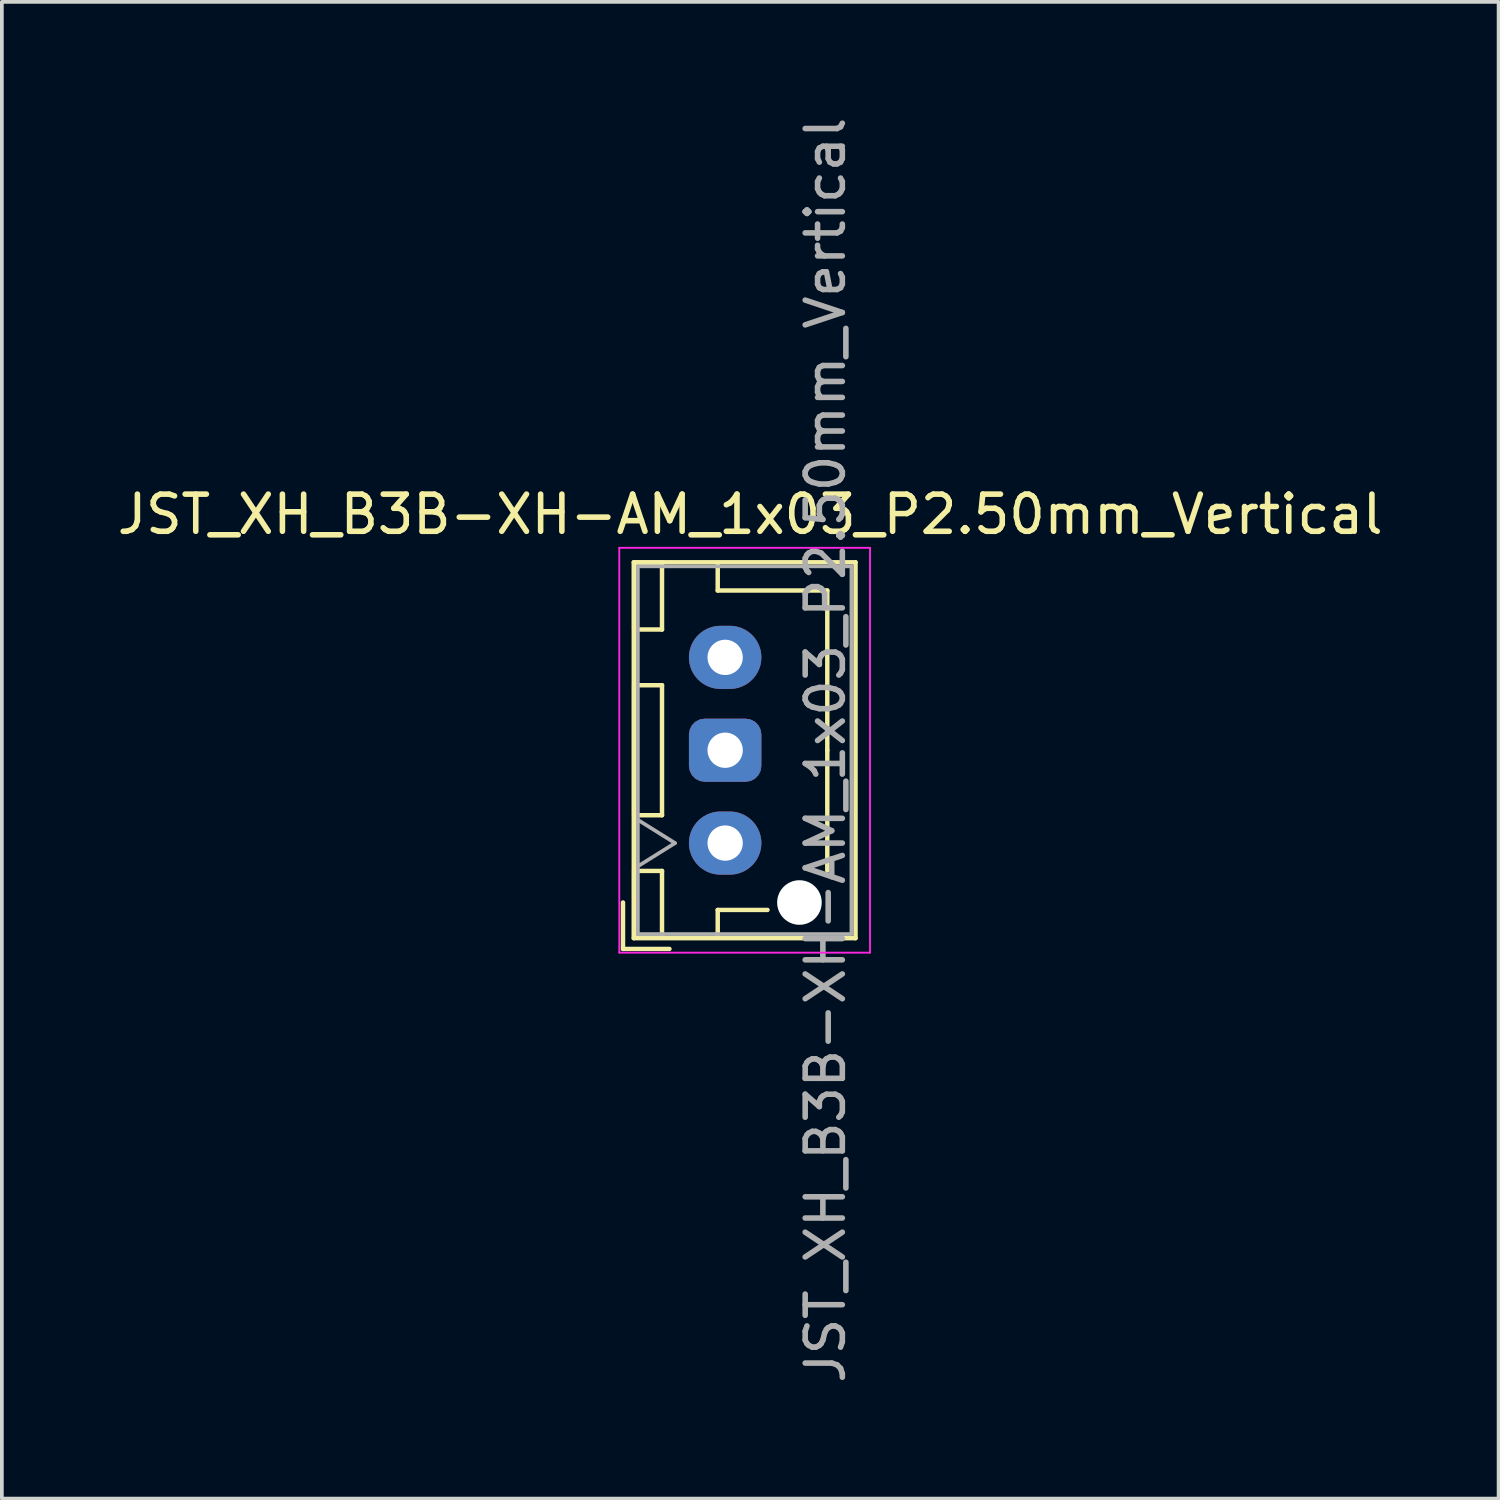
<source format=kicad_pcb>
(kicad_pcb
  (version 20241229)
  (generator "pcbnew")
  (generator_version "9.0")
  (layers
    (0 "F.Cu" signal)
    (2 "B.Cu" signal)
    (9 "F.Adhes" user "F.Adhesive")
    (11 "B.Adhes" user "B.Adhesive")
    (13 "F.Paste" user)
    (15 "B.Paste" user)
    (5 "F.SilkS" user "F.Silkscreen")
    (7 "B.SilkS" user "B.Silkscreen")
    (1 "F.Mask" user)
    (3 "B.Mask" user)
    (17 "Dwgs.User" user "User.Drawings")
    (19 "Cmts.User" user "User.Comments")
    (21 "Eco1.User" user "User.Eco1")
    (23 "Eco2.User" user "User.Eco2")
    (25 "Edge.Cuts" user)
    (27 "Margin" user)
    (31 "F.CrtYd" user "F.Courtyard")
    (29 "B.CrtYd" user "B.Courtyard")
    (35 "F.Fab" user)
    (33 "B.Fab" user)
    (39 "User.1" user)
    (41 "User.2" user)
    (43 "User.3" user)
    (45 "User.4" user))
  (footprint "JST_XH_B3B-XH-AM_1x03_P2.50mm_Vertical"
    (layer "F.Cu")
    (at 13.974 17.149)
    (property "Reference" "JST_XH_B3B-XH-AM_1x03_P2.50mm_Vertical" (at 3.175 -6.35 0) (layer "F.SilkS") (effects (font (size 1 1) (thickness 0.15))))
    (attr through_hole)
    (fp_line (start -0.25 4.1) (end -0.25 5.35) (stroke (width 0.12) (type solid)) (layer "F.SilkS"))
    (fp_line (start -0.25 5.35) (end 1 5.35) (stroke (width 0.12) (type solid)) (layer "F.SilkS"))
    (fp_line (start 0.04 -5.06) (end 0.04 5.06) (stroke (width 0.12) (type solid)) (layer "F.SilkS"))
    (fp_line (start 0.04 5.06) (end 6.01 5.06) (stroke (width 0.12) (type solid)) (layer "F.SilkS"))
    (fp_line (start 0.05 -5.05) (end 0.05 -3.25) (stroke (width 0.12) (type solid)) (layer "F.SilkS"))
    (fp_line (start 0.05 -3.25) (end 0.8 -3.25) (stroke (width 0.12) (type solid)) (layer "F.SilkS"))
    (fp_line (start 0.05 -1.75) (end 0.05 1.75) (stroke (width 0.12) (type solid)) (layer "F.SilkS"))
    (fp_line (start 0.05 1.75) (end 0.8 1.75) (stroke (width 0.12) (type solid)) (layer "F.SilkS"))
    (fp_line (start 0.05 3.25) (end 0.05 5.05) (stroke (width 0.12) (type solid)) (layer "F.SilkS"))
    (fp_line (start 0.05 5.05) (end 0.8 5.05) (stroke (width 0.12) (type solid)) (layer "F.SilkS"))
    (fp_line (start 0.8 -5.05) (end 0.05 -5.05) (stroke (width 0.12) (type solid)) (layer "F.SilkS"))
    (fp_line (start 0.8 -3.25) (end 0.8 -5.05) (stroke (width 0.12) (type solid)) (layer "F.SilkS"))
    (fp_line (start 0.8 -1.75) (end 0.05 -1.75) (stroke (width 0.12) (type solid)) (layer "F.SilkS"))
    (fp_line (start 0.8 1.75) (end 0.8 -1.75) (stroke (width 0.12) (type solid)) (layer "F.SilkS"))
    (fp_line (start 0.8 3.25) (end 0.05 3.25) (stroke (width 0.12) (type solid)) (layer "F.SilkS"))
    (fp_line (start 0.8 5.05) (end 0.8 3.25) (stroke (width 0.12) (type solid)) (layer "F.SilkS"))
    (fp_line (start 2.3 -5.05) (end 2.3 -4.3) (stroke (width 0.12) (type solid)) (layer "F.SilkS"))
    (fp_line (start 2.3 -4.3) (end 5.25 -4.3) (stroke (width 0.12) (type solid)) (layer "F.SilkS"))
    (fp_line (start 2.3 4.3) (end 3.64 4.3) (stroke (width 0.12) (type solid)) (layer "F.SilkS"))
    (fp_line (start 2.3 5.05) (end 2.3 4.3) (stroke (width 0.12) (type solid)) (layer "F.SilkS"))
    (fp_line (start 5.25 -4.3) (end 5.25 0) (stroke (width 0.12) (type solid)) (layer "F.SilkS"))
    (fp_line (start 5.25 0) (end 5.25 3.24) (stroke (width 0.12) (type solid)) (layer "F.SilkS"))
    (fp_line (start 6.01 -5.06) (end 0.04 -5.06) (stroke (width 0.12) (type solid)) (layer "F.SilkS"))
    (fp_line (start 6.01 5.06) (end 6.01 -5.06) (stroke (width 0.12) (type solid)) (layer "F.SilkS"))
    (fp_line (start -0.35 -5.45) (end -0.35 5.45) (stroke (width 0.05) (type solid)) (layer "F.CrtYd"))
    (fp_line (start -0.35 5.45) (end 6.4 5.45) (stroke (width 0.05) (type solid)) (layer "F.CrtYd"))
    (fp_line (start 6.4 -5.45) (end -0.35 -5.45) (stroke (width 0.05) (type solid)) (layer "F.CrtYd"))
    (fp_line (start 6.4 5.45) (end 6.4 -5.45) (stroke (width 0.05) (type solid)) (layer "F.CrtYd"))
    (fp_line (start 0.15 -4.95) (end 0.15 4.95) (stroke (width 0.1) (type solid)) (layer "F.Fab"))
    (fp_line (start 0.15 3.125) (end 1.15 2.5) (stroke (width 0.1) (type solid)) (layer "F.Fab"))
    (fp_line (start 0.15 4.95) (end 5.9 4.95) (stroke (width 0.1) (type solid)) (layer "F.Fab"))
    (fp_line (start 1.15 2.5) (end 0.15 1.875) (stroke (width 0.1) (type solid)) (layer "F.Fab"))
    (fp_line (start 5.9 -4.95) (end 0.15 -4.95) (stroke (width 0.1) (type solid)) (layer "F.Fab"))
    (fp_line (start 5.9 4.95) (end 5.9 -4.95) (stroke (width 0.1) (type solid)) (layer "F.Fab"))
    (fp_text user "${REFERENCE}" (at 5.2 0 90) (layer "F.Fab") (effects (font (size 1 1) (thickness 0.15))))
    (pad "" np_thru_hole circle (at 4.5 4.1 90) (size 1.2 1.2) (drill 1.2) (layers "*.Cu" "*.Mask"))
    (pad "1" thru_hole oval (at 2.5 2.5 90) (size 1.7 1.95) (drill 0.95) (layers "*.Cu" "*.Mask"))
    (pad "2" thru_hole roundrect (at 2.5 0 90) (size 1.7 1.95) (drill 0.95) (layers "*.Cu" "*.Mask") (roundrect_rratio 0.25))
    (pad "3" thru_hole oval (at 2.5 -2.5 90) (size 1.7 1.95) (drill 0.95) (layers "*.Cu" "*.Mask")))
  (gr_rect
    (start -3 -3)
    (end 37.298 37.298)
    (stroke (width 0.1) (type default))
    (fill no)
    (layer "Edge.Cuts")))
</source>
